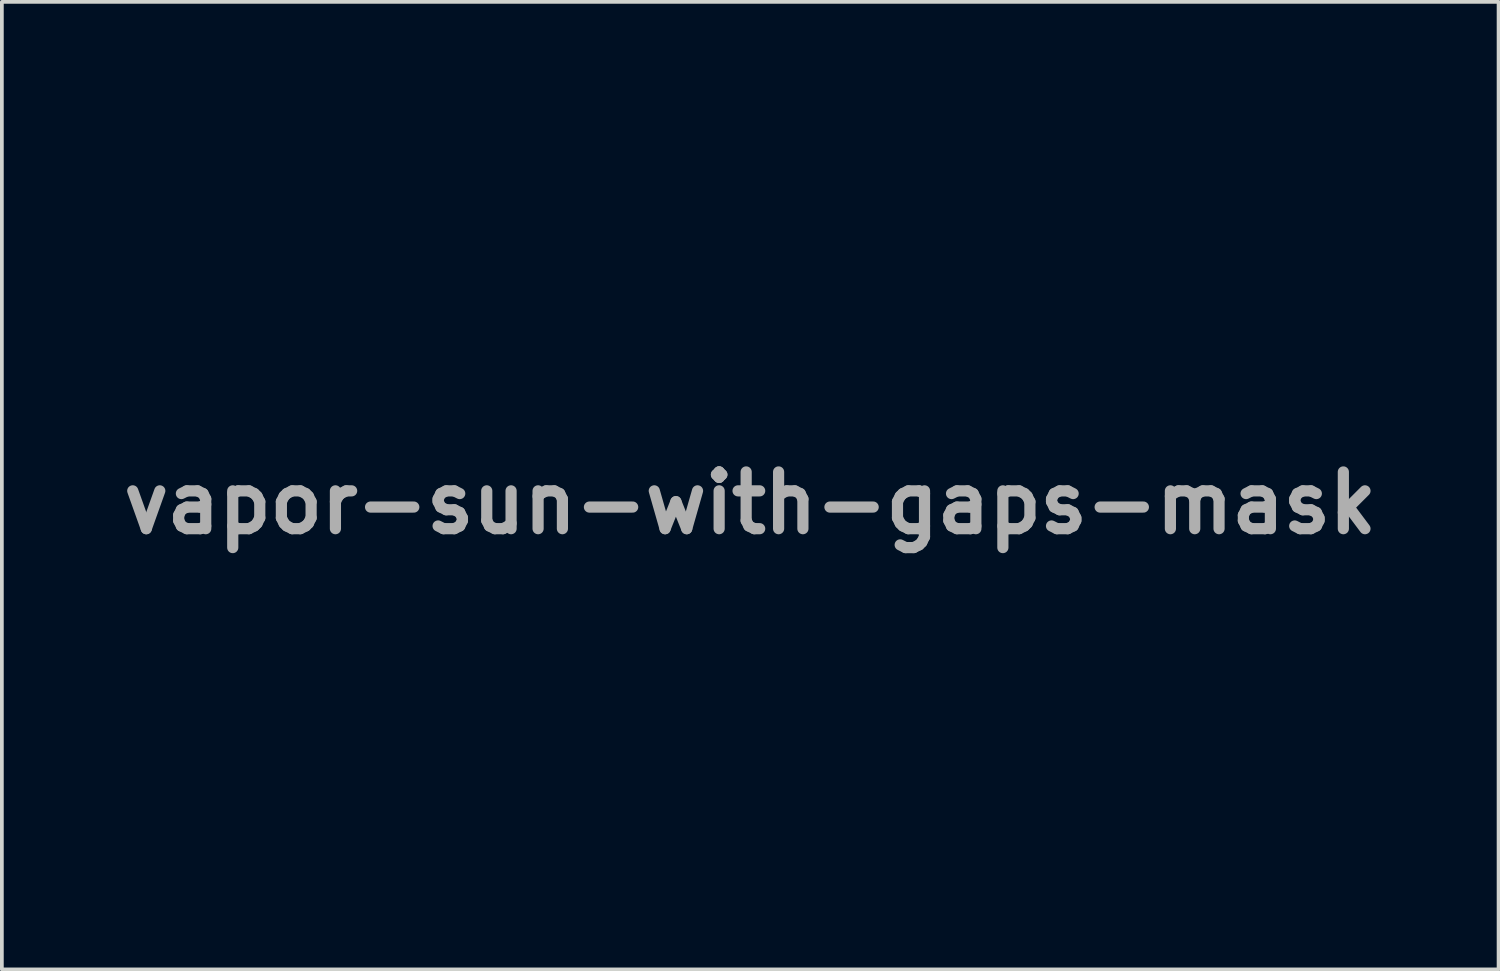
<source format=kicad_pcb>
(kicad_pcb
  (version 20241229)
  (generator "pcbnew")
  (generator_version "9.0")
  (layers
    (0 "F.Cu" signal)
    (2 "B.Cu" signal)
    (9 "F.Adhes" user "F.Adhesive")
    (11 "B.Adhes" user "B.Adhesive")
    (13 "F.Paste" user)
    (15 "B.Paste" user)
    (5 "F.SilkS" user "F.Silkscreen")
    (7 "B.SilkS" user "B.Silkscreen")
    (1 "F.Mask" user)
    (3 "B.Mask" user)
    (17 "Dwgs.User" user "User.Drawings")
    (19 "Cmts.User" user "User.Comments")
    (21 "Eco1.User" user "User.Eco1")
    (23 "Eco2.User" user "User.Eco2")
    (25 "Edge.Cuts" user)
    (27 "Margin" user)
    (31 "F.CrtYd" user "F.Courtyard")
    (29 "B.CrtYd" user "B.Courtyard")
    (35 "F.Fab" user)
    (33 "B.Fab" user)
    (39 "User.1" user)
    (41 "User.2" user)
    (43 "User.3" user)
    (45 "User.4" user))
  (footprint "vapor-sun-with-gaps-mask"
    (layer "F.Cu")
    (at 17.098 10.459)
    (property "Reference" "vapor-sun-with-gaps-mask" (at 0 0 0) (layer "F.Fab") (effects (font (size 1.524 1.524) (thickness 0.3))))
    (attr board_only exclude_from_pos_files exclude_from_bom)
    (fp_poly (pts (xy -6.821 6.788) (xy -6.853 6.821) (xy -6.886 6.788) (xy -6.853 6.756)) (stroke (width 0) (type solid)) (fill yes) (layer "F.Mask"))
    (fp_poly (pts (xy 7.059 6.778) (xy 7.05 6.816) (xy 7.016 6.821) (xy 6.962 6.797) (xy 6.973 6.778) (xy 7.05 6.77)) (stroke (width 0) (type solid)) (fill yes) (layer "F.Mask"))
    (fp_poly (pts (xy 6.875 6.854) (xy 6.886 6.882) (xy 6.843 6.967) (xy 6.76 6.987) (xy 6.733 6.971) (xy 6.693 6.876) (xy 6.763 6.823) (xy 6.788 6.821)) (stroke (width 0) (type solid)) (fill yes) (layer "F.Mask"))
    (fp_poly (pts (xy 7.953 5.814) (xy 7.84 5.948) (xy 7.73 6.015) (xy 7.574 6.039) (xy 7.43 6.041) (xy 7.237 6.032) (xy 7.11 6.007) (xy 7.081 5.984) (xy 7.125 5.9) (xy 7.178 5.847) (xy 7.261 5.736) (xy 7.276 5.676) (xy 7.312 5.625) (xy 7.434 5.597) (xy 7.663 5.587) (xy 7.701 5.587) (xy 8.127 5.587)) (stroke (width 0) (type solid)) (fill yes) (layer "F.Mask"))
    (fp_poly (pts (xy -5.787 6.824) (xy -4.905 6.827) (xy -5.197 6.983) (xy -5.408 7.077) (xy -5.629 7.125) (xy -5.917 7.138) (xy -5.944 7.138) (xy -6.186 7.131) (xy -6.384 7.117) (xy -6.495 7.098) (xy -6.495 7.098) (xy -6.624 7.022) (xy -6.707 6.93) (xy -6.71 6.861) (xy -6.633 6.847) (xy -6.452 6.835) (xy -6.191 6.827) (xy -5.875 6.824)) (stroke (width 0) (type solid)) (fill yes) (layer "F.Mask"))
    (fp_poly (pts (xy 8.79 4.617) (xy 8.693 4.764) (xy 8.614 4.856) (xy 8.607 4.861) (xy 8.517 4.879) (xy 8.33 4.888) (xy 8.082 4.889) (xy 7.98 4.886) (xy 7.417 4.867) (xy 7.346 4.665) (xy 7.298 4.521) (xy 7.276 4.442) (xy 7.276 4.44) (xy 7.337 4.432) (xy 7.503 4.424) (xy 7.75 4.419) (xy 8.053 4.417) (xy 8.091 4.417) (xy 8.907 4.417)) (stroke (width 0) (type solid)) (fill yes) (layer "F.Mask"))
    (fp_poly (pts (xy 1.337 4.418) (xy 1.918 4.419) (xy 2.446 4.421) (xy 2.906 4.424) (xy 3.288 4.427) (xy 3.578 4.431) (xy 3.764 4.435) (xy 3.833 4.44) (xy 3.833 4.44) (xy 3.814 4.511) (xy 3.767 4.652) (xy 3.761 4.668) (xy 3.69 4.872) (xy -2.261 4.872) (xy -2.332 4.668) (xy -2.381 4.522) (xy -2.403 4.443) (xy -2.404 4.44) (xy -2.341 4.436) (xy -2.16 4.431) (xy -1.875 4.428) (xy -1.498 4.424) (xy -1.041 4.421) (xy -0.517 4.419) (xy 0.062 4.418) (xy 0.683 4.417) (xy 0.715 4.417)) (stroke (width 0) (type solid)) (fill yes) (layer "F.Mask"))
    (fp_poly (pts (xy 0.878 9.236) (xy 1.327 9.241) (xy 1.714 9.248) (xy 2.024 9.258) (xy 2.242 9.269) (xy 2.353 9.282) (xy 2.363 9.289) (xy 2.243 9.343) (xy 2.014 9.392) (xy 1.696 9.435) (xy 1.308 9.471) (xy 0.87 9.499) (xy 0.404 9.518) (xy -0.071 9.527) (xy -0.534 9.525) (xy -0.966 9.511) (xy -1.346 9.484) (xy -1.397 9.479) (xy -1.768 9.434) (xy -2.011 9.393) (xy -2.127 9.357) (xy -2.117 9.325) (xy -1.983 9.297) (xy -1.725 9.275) (xy -1.346 9.257) (xy -0.846 9.244) (xy -0.226 9.237) (xy 0.382 9.235)) (stroke (width 0) (type solid)) (fill yes) (layer "F.Mask"))
    (fp_poly (pts (xy 10.069 0.944) (xy 10.044 1.117) (xy 9.982 1.317) (xy 9.975 1.334) (xy 9.881 1.559) (xy 0.076 1.559) (xy -1.294 1.559) (xy -2.54 1.558) (xy -3.666 1.557) (xy -4.677 1.556) (xy -5.58 1.553) (xy -6.378 1.551) (xy -7.078 1.547) (xy -7.684 1.543) (xy -8.202 1.538) (xy -8.637 1.533) (xy -8.994 1.526) (xy -9.278 1.519) (xy -9.495 1.511) (xy -9.649 1.502) (xy -9.746 1.492) (xy -9.791 1.481) (xy -9.795 1.478) (xy -9.84 1.366) (xy -9.876 1.183) (xy -9.884 1.104) (xy -9.907 0.812) (xy 0.081 0.796) (xy 10.069 0.779)) (stroke (width 0) (type solid)) (fill yes) (layer "F.Mask"))
    (fp_poly (pts (xy -7.811 4.412) (xy -7.457 4.415) (xy -7.09 4.418) (xy -6.733 4.422) (xy -6.409 4.427) (xy -6.141 4.432) (xy -5.953 4.437) (xy -5.867 4.442) (xy -5.864 4.443) (xy -5.871 4.51) (xy -5.911 4.649) (xy -5.918 4.667) (xy -5.989 4.872) (xy -7.256 4.872) (xy -7.691 4.872) (xy -8.014 4.869) (xy -8.242 4.861) (xy -8.393 4.849) (xy -8.483 4.828) (xy -8.53 4.798) (xy -8.552 4.757) (xy -8.556 4.742) (xy -8.608 4.637) (xy -8.647 4.612) (xy -8.711 4.577) (xy -8.698 4.502) (xy -8.628 4.433) (xy -8.559 4.414) (xy -8.385 4.411) (xy -8.128 4.411)) (stroke (width 0) (type solid)) (fill yes) (layer "F.Mask"))
    (fp_poly (pts (xy -6.22 5.593) (xy -6.024 5.604) (xy -5.908 5.623) (xy -5.855 5.65) (xy -5.847 5.674) (xy -5.801 5.79) (xy -5.749 5.847) (xy -5.667 5.94) (xy -5.652 5.984) (xy -5.713 6.004) (xy -5.882 6.02) (xy -6.136 6.031) (xy -6.453 6.037) (xy -6.642 6.037) (xy -7.023 6.035) (xy -7.296 6.029) (xy -7.483 6.016) (xy -7.606 5.994) (xy -7.686 5.96) (xy -7.746 5.911) (xy -7.765 5.891) (xy -7.862 5.785) (xy -7.915 5.708) (xy -7.91 5.655) (xy -7.833 5.622) (xy -7.671 5.603) (xy -7.41 5.595) (xy -7.037 5.591) (xy -6.919 5.59) (xy -6.513 5.589)) (stroke (width 0) (type solid)) (fill yes) (layer "F.Mask"))
    (fp_poly (pts (xy 1.928 6.825) (xy 2.536 6.826) (xy 3.082 6.828) (xy 3.554 6.831) (xy 3.942 6.835) (xy 4.233 6.839) (xy 4.417 6.843) (xy 4.482 6.848) (xy 4.482 6.848) (xy 4.433 6.896) (xy 4.309 6.982) (xy 4.264 7.011) (xy 4.212 7.04) (xy 4.155 7.066) (xy 4.082 7.086) (xy 3.982 7.103) (xy 3.843 7.116) (xy 3.655 7.126) (xy 3.406 7.134) (xy 3.085 7.139) (xy 2.682 7.142) (xy 2.185 7.143) (xy 1.583 7.143) (xy 0.866 7.143) (xy 0.642 7.143) (xy -2.761 7.14) (xy -3.053 6.983) (xy -3.346 6.827) (xy 0.568 6.824) (xy 1.268 6.824)) (stroke (width 0) (type solid)) (fill yes) (layer "F.Mask"))
    (fp_poly (pts (xy 1.386 8.056) (xy 1.97 8.057) (xy 2.446 8.06) (xy 2.825 8.065) (xy 3.116 8.072) (xy 3.33 8.081) (xy 3.479 8.093) (xy 3.573 8.108) (xy 3.622 8.127) (xy 3.638 8.15) (xy 3.638 8.153) (xy 3.625 8.176) (xy 3.58 8.195) (xy 3.491 8.211) (xy 3.349 8.223) (xy 3.142 8.233) (xy 2.86 8.24) (xy 2.492 8.245) (xy 2.027 8.248) (xy 1.454 8.25) (xy 0.764 8.25) (xy 0.682 8.25) (xy -0.022 8.25) (xy -0.606 8.248) (xy -1.082 8.245) (xy -1.46 8.241) (xy -1.751 8.234) (xy -1.966 8.224) (xy -2.115 8.212) (xy -2.208 8.197) (xy -2.258 8.178) (xy -2.274 8.155) (xy -2.274 8.153) (xy -2.261 8.129) (xy -2.216 8.11) (xy -2.127 8.095) (xy -1.985 8.082) (xy -1.778 8.072) (xy -1.496 8.065) (xy -1.127 8.06) (xy -0.663 8.057) (xy -0.09 8.056) (xy 0.6 8.055) (xy 0.682 8.055)) (stroke (width 0) (type solid)) (fill yes) (layer "F.Mask"))
    (fp_poly (pts (xy 1.179 1.949) (xy 2.258 1.95) (xy 3.294 1.952) (xy 4.28 1.954) (xy 5.209 1.956) (xy 6.074 1.959) (xy 6.867 1.963) (xy 7.582 1.967) (xy 8.212 1.971) (xy 8.749 1.975) (xy 9.186 1.98) (xy 9.516 1.985) (xy 9.732 1.991) (xy 9.827 1.996) (xy 9.83 1.998) (xy 9.829 2.083) (xy 9.792 2.246) (xy 9.76 2.355) (xy 9.66 2.663) (xy -9.543 2.663) (xy -9.588 2.42) (xy -9.633 2.251) (xy -9.686 2.144) (xy -9.697 2.135) (xy -9.73 2.11) (xy -9.746 2.088) (xy -9.738 2.067) (xy -9.702 2.049) (xy -9.631 2.033) (xy -9.519 2.018) (xy -9.36 2.006) (xy -9.149 1.995) (xy -8.88 1.985) (xy -8.548 1.977) (xy -8.145 1.97) (xy -7.667 1.965) (xy -7.107 1.96) (xy -6.461 1.957) (xy -5.721 1.954) (xy -4.883 1.952) (xy -3.94 1.95) (xy -2.887 1.949) (xy -1.717 1.949) (xy -0.425 1.949) (xy 0.065 1.949)) (stroke (width 0) (type solid)) (fill yes) (layer "F.Mask"))
    (fp_poly (pts (xy 1.446 5.587) (xy 2.058 5.589) (xy 2.56 5.592) (xy 2.962 5.597) (xy 3.274 5.604) (xy 3.506 5.613) (xy 3.668 5.625) (xy 3.769 5.64) (xy 3.821 5.659) (xy 3.833 5.676) (xy 3.879 5.79) (xy 3.93 5.847) (xy 4.012 5.94) (xy 4.028 5.984) (xy 3.965 5.996) (xy 3.783 6.006) (xy 3.495 6.016) (xy 3.111 6.024) (xy 2.643 6.031) (xy 2.102 6.036) (xy 1.501 6.04) (xy 0.849 6.041) (xy 0.715 6.041) (xy 0.055 6.04) (xy -0.557 6.037) (xy -1.111 6.032) (xy -1.594 6.026) (xy -1.996 6.018) (xy -2.305 6.008) (xy -2.508 5.998) (xy -2.596 5.987) (xy -2.598 5.984) (xy -2.554 5.9) (xy -2.501 5.847) (xy -2.418 5.736) (xy -2.404 5.676) (xy -2.386 5.655) (xy -2.327 5.638) (xy -2.215 5.623) (xy -2.042 5.612) (xy -1.798 5.603) (xy -1.471 5.596) (xy -1.053 5.591) (xy -0.533 5.589) (xy 0.099 5.587) (xy 0.715 5.587)) (stroke (width 0) (type solid)) (fill yes) (layer "F.Mask"))
    (fp_poly (pts (xy 3.274 3.184) (xy 4.162 3.185) (xy 5.012 3.186) (xy 5.813 3.188) (xy 6.558 3.191) (xy 7.237 3.193) (xy 7.841 3.197) (xy 8.362 3.2) (xy 8.79 3.205) (xy 9.117 3.21) (xy 9.334 3.215) (xy 9.432 3.221) (xy 9.437 3.222) (xy 9.434 3.298) (xy 9.383 3.447) (xy 9.342 3.537) (xy 9.208 3.813) (xy 7.966 3.827) (xy 7.504 3.83) (xy 7.153 3.826) (xy 6.892 3.816) (xy 6.702 3.796) (xy 6.563 3.767) (xy 6.482 3.739) (xy 6.27 3.684) (xy 5.971 3.65) (xy 5.624 3.635) (xy 5.27 3.641) (xy 4.949 3.667) (xy 4.701 3.713) (xy 4.635 3.735) (xy 4.568 3.757) (xy 4.471 3.775) (xy 4.334 3.79) (xy 4.146 3.802) (xy 3.897 3.812) (xy 3.578 3.819) (xy 3.177 3.825) (xy 2.686 3.829) (xy 2.093 3.831) (xy 1.389 3.832) (xy 0.715 3.833) (xy -0.089 3.832) (xy -0.774 3.831) (xy -1.348 3.828) (xy -1.824 3.824) (xy -2.209 3.818) (xy -2.516 3.81) (xy -2.753 3.8) (xy -2.932 3.787) (xy -3.061 3.772) (xy -3.152 3.753) (xy -3.206 3.735) (xy -3.432 3.677) (xy -3.774 3.645) (xy -4.125 3.638) (xy -4.563 3.65) (xy -4.879 3.688) (xy -5.045 3.735) (xy -5.138 3.765) (xy -5.27 3.788) (xy -5.456 3.806) (xy -5.711 3.818) (xy -6.048 3.826) (xy -6.483 3.831) (xy -7.03 3.833) (xy -7.157 3.833) (xy -9.036 3.833) (xy -9.129 3.61) (xy -9.21 3.451) (xy -9.285 3.349) (xy -9.295 3.342) (xy -9.327 3.284) (xy -9.28 3.241) (xy -9.207 3.235) (xy -9.013 3.229) (xy -8.706 3.223) (xy -8.297 3.218) (xy -7.794 3.213) (xy -7.205 3.208) (xy -6.541 3.204) (xy -5.808 3.2) (xy -5.017 3.197) (xy -4.176 3.194) (xy -3.295 3.191) (xy -2.381 3.189) (xy -1.445 3.187) (xy -0.494 3.186) (xy 0.462 3.185) (xy 1.415 3.184) (xy 2.355 3.184)) (stroke (width 0) (type solid)) (fill yes) (layer "F.Mask"))
    (fp_poly (pts (xy 0.195 -10.458) (xy 0.824 -10.444) (xy 1.391 -10.397) (xy 1.939 -10.311) (xy 2.508 -10.179) (xy 3.137 -9.994) (xy 3.34 -9.929) (xy 4.366 -9.529) (xy 5.324 -9.026) (xy 6.217 -8.415) (xy 7.051 -7.693) (xy 7.83 -6.856) (xy 8.498 -5.989) (xy 8.624 -5.791) (xy 8.785 -5.509) (xy 8.963 -5.177) (xy 9.142 -4.829) (xy 9.303 -4.5) (xy 9.428 -4.223) (xy 9.48 -4.093) (xy 9.55 -3.903) (xy 9.61 -3.745) (xy 9.614 -3.735) (xy 9.763 -3.287) (xy 9.894 -2.745) (xy 10.003 -2.144) (xy 10.084 -1.52) (xy 10.132 -0.908) (xy 10.142 -0.344) (xy 10.134 -0.13) (xy 10.102 0.422) (xy 0.049 0.439) (xy -10.004 0.455) (xy -10.004 -0.411) (xy -9.947 -1.525) (xy -9.778 -2.6) (xy -9.499 -3.625) (xy -9.113 -4.585) (xy -9.037 -4.742) (xy -8.906 -4.991) (xy -8.807 -5.138) (xy -8.727 -5.203) (xy -8.668 -5.208) (xy -8.531 -5.195) (xy -8.324 -5.186) (xy -8.206 -5.183) (xy -7.83 -5.24) (xy -7.479 -5.411) (xy -7.185 -5.677) (xy -7.097 -5.794) (xy -6.955 -6.108) (xy -6.891 -6.474) (xy -6.897 -6.596) (xy -3.11 -6.596) (xy -3.105 -6.483) (xy -3.03 -6.06) (xy -2.852 -5.715) (xy -2.567 -5.443) (xy -2.404 -5.343) (xy -2.21 -5.254) (xy -2.024 -5.212) (xy -1.789 -5.205) (xy -1.676 -5.21) (xy -1.401 -5.236) (xy -1.2 -5.292) (xy -1.014 -5.393) (xy -0.966 -5.426) (xy -0.665 -5.704) (xy -0.479 -6.037) (xy -0.402 -6.434) (xy -0.403 -6.64) (xy -0.478 -7.062) (xy -0.656 -7.407) (xy -0.941 -7.679) (xy -1.104 -7.779) (xy -1.298 -7.868) (xy -1.484 -7.911) (xy -1.719 -7.917) (xy -1.832 -7.912) (xy -2.255 -7.837) (xy -2.6 -7.659) (xy -2.872 -7.374) (xy -2.972 -7.211) (xy -3.061 -7.017) (xy -3.103 -6.831) (xy -3.11 -6.596) (xy -6.897 -6.596) (xy -6.908 -6.842) (xy -7.008 -7.165) (xy -7.015 -7.178) (xy -7.152 -7.438) (xy -6.737 -7.834) (xy -6.045 -8.42) (xy -5.25 -8.96) (xy -4.376 -9.442) (xy -3.447 -9.851) (xy -3.233 -9.931) (xy -2.86 -10.066) (xy -2.557 -9.905) (xy -2.208 -9.781) (xy -1.823 -9.743) (xy -1.455 -9.795) (xy -1.336 -9.836) (xy -1.164 -9.937) (xy -0.968 -10.095) (xy -0.867 -10.193) (xy -0.617 -10.459)) (stroke (width 0) (type solid)) (fill yes) (layer "F.Mask")))
  (gr_rect
    (start -3 -3)
    (end 37.196 22.985)
    (stroke (width 0.1) (type default))
    (fill no)
    (layer "Edge.Cuts")))
</source>
